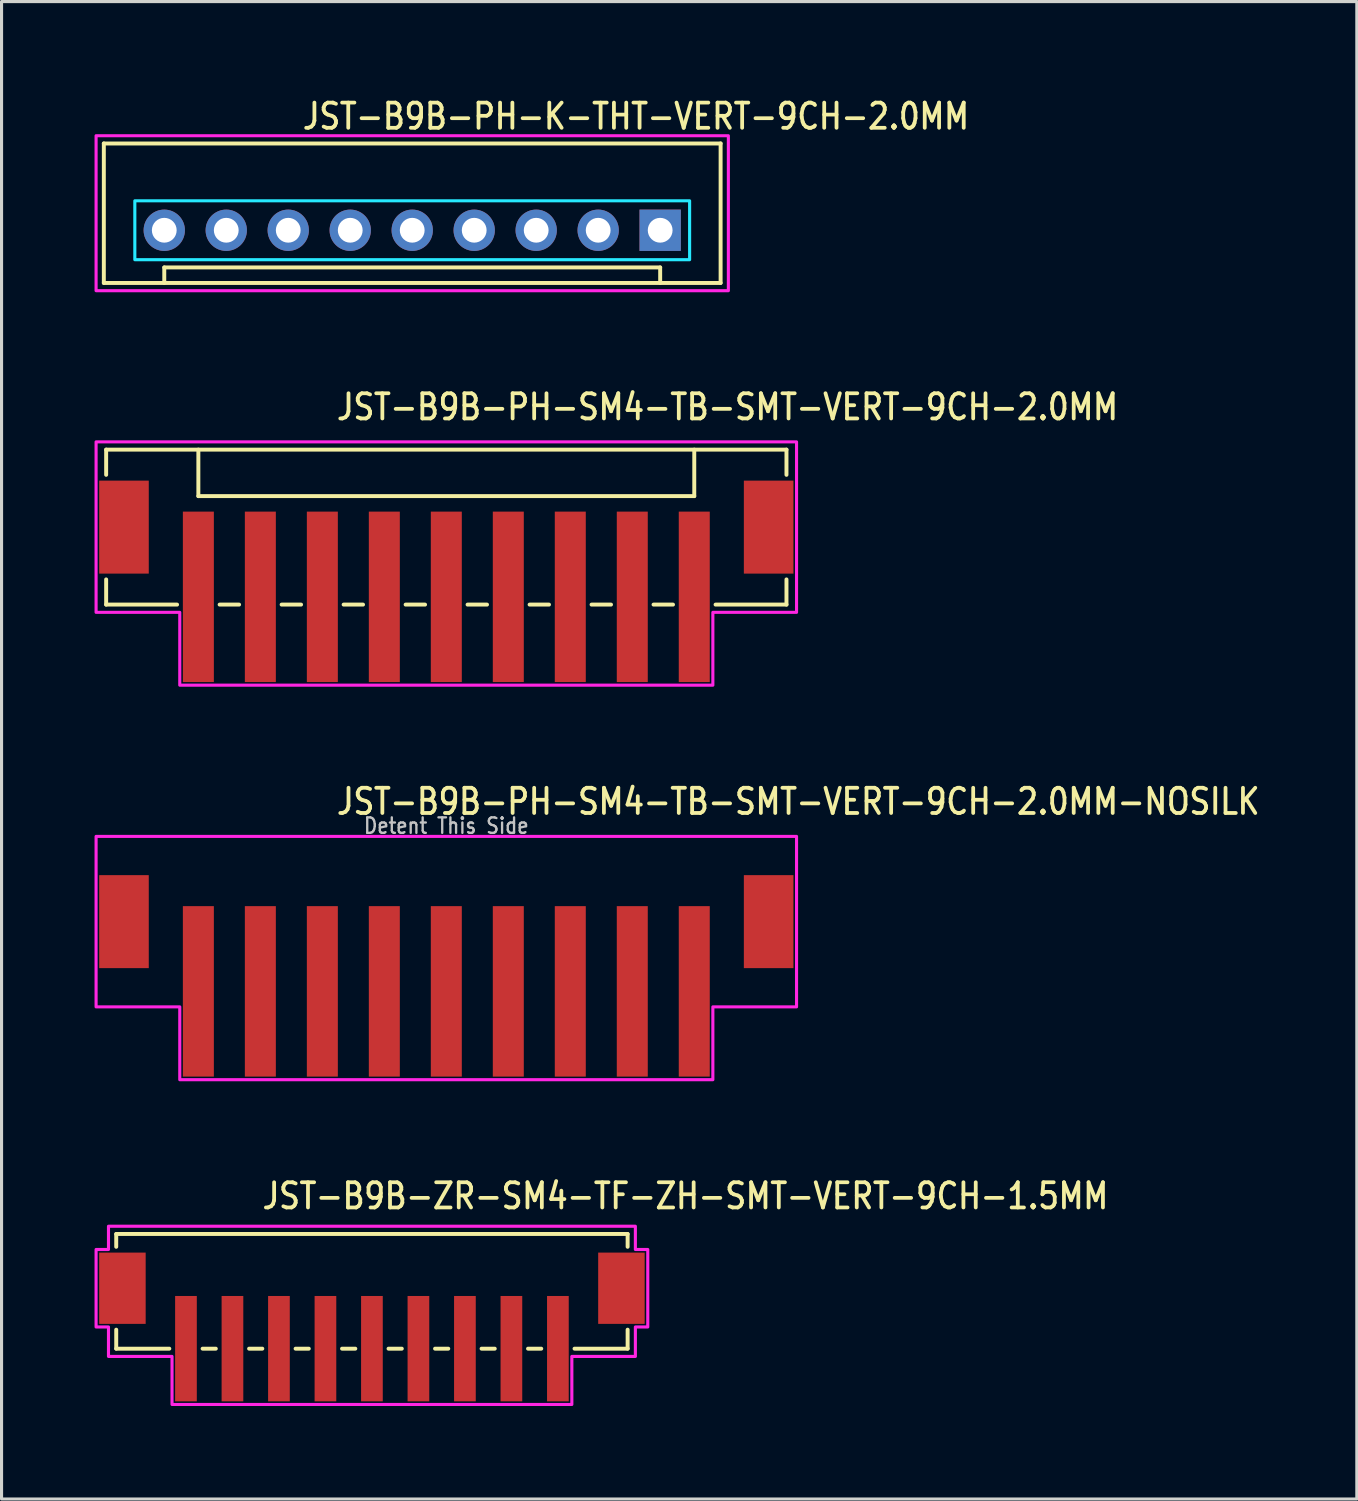
<source format=kicad_pcb>
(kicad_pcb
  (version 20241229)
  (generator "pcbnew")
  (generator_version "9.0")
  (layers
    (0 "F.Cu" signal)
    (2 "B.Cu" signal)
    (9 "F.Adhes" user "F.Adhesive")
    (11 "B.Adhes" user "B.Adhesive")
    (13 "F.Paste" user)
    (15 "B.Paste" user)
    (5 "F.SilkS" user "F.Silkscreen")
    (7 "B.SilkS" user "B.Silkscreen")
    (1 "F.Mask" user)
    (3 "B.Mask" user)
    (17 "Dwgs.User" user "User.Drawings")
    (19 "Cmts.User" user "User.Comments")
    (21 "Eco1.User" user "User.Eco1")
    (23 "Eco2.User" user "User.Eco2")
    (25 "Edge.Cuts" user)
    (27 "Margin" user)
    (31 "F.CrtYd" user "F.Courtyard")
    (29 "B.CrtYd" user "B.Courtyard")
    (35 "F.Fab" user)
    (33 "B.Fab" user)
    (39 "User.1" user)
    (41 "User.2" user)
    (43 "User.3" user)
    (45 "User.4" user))
  (footprint "JST-B9B-PH-K-THT-VERT-9CH-2.0MM"
    (layer "F.Cu")
    (at 10.25 4.379)
    (property "Reference" "JST-B9B-PH-K-THT-VERT-9CH-2.0MM" (at -3.6 -3.2 0) (unlocked yes) (layer "F.SilkS") (effects (font (size 0.813 0.695) (thickness 0.122)) (justify left bottom)))
    (fp_line (start -9.95 -2.8) (end -9.95 1.7) (stroke (width 0.127) (type solid)) (layer "F.SilkS"))
    (fp_line (start -9.95 -2.8) (end 9.95 -2.8) (stroke (width 0.127) (type solid)) (layer "F.SilkS"))
    (fp_line (start -9.95 1.7) (end 9.95 1.7) (stroke (width 0.127) (type solid)) (layer "F.SilkS"))
    (fp_line (start -8 1.7) (end -8 1.2) (stroke (width 0.127) (type solid)) (layer "F.SilkS"))
    (fp_line (start 8 1.2) (end -8 1.2) (stroke (width 0.127) (type solid)) (layer "F.SilkS"))
    (fp_line (start 8 1.7) (end 8 1.2) (stroke (width 0.127) (type solid)) (layer "F.SilkS"))
    (fp_line (start 9.95 1.7) (end 9.95 -2.8) (stroke (width 0.127) (type solid)) (layer "F.SilkS"))
    (fp_poly (pts (xy -8.95 -0.95) (xy -8.95 0.95) (xy 8.95 0.95) (xy 8.95 -0.95)) (stroke (width 0.1) (type solid)) (fill no) (layer "B.CrtYd"))
    (fp_poly (pts (xy -10.2 1.95) (xy -10.2 -3.05) (xy 10.2 -3.05) (xy 10.2 1.95)) (stroke (width 0.1) (type solid)) (fill no) (layer "F.CrtYd"))
    (pad "1" thru_hole rect (at 8 0) (size 1.333 1.333) (drill 0.8) (layers "*.Cu" "*.Mask"))
    (pad "2" thru_hole oval (at 6 0) (size 1.333 1.333) (drill 0.8) (layers "*.Cu" "*.Mask"))
    (pad "3" thru_hole oval (at 4 0) (size 1.333 1.333) (drill 0.8) (layers "*.Cu" "*.Mask"))
    (pad "4" thru_hole oval (at 2 0) (size 1.333 1.333) (drill 0.8) (layers "*.Cu" "*.Mask"))
    (pad "5" thru_hole oval (at 0 0) (size 1.333 1.333) (drill 0.8) (layers "*.Cu" "*.Mask"))
    (pad "6" thru_hole oval (at -2 0) (size 1.333 1.333) (drill 0.8) (layers "*.Cu" "*.Mask"))
    (pad "7" thru_hole oval (at -4 0) (size 1.333 1.333) (drill 0.8) (layers "*.Cu" "*.Mask"))
    (pad "8" thru_hole oval (at -6 0) (size 1.333 1.333) (drill 0.8) (layers "*.Cu" "*.Mask"))
    (pad "9" thru_hole oval (at -8 0) (size 1.333 1.333) (drill 0.8) (layers "*.Cu" "*.Mask")))
  (footprint "JST-B9B-PH-SM4-TB-SMT-VERT-9CH-2.0MM-NOSILK"
    (layer "F.Cu")
    (at 11.35 26.686)
    (property "Reference" "JST-B9B-PH-SM4-TB-SMT-VERT-9CH-2.0MM-NOSILK" (at -3.6 -3.4 0) (unlocked yes) (layer "F.SilkS") (effects (font (size 0.813 0.695) (thickness 0.122)) (justify left bottom)))
    (fp_poly (pts (xy -11.3 -2.75) (xy -11.3 2.75) (xy -8.6 2.75) (xy -8.6 5.1) (xy 8.6 5.1) (xy 8.6 2.75) (xy 11.3 2.75) (xy 11.3 -2.75)) (stroke (width 0.1) (type solid)) (fill no) (layer "F.CrtYd"))
    (fp_text user "Detent This Side" (at 0 -2.8 0) (unlocked yes) (layer "Dwgs.User") (effects (font (size 0.5 0.427) (thickness 0.075)) (justify bottom)))
    (pad "1" smd rect (at -8 2.25) (size 1 5.5) (layers "F.Cu" "F.Mask" "F.Paste"))
    (pad "2" smd rect (at -6 2.25) (size 1 5.5) (layers "F.Cu" "F.Mask" "F.Paste"))
    (pad "3" smd rect (at -4 2.25) (size 1 5.5) (layers "F.Cu" "F.Mask" "F.Paste"))
    (pad "4" smd rect (at -2 2.25) (size 1 5.5) (layers "F.Cu" "F.Mask" "F.Paste"))
    (pad "5" smd rect (at 0 2.25) (size 1 5.5) (layers "F.Cu" "F.Mask" "F.Paste"))
    (pad "6" smd rect (at 2 2.25) (size 1 5.5) (layers "F.Cu" "F.Mask" "F.Paste"))
    (pad "7" smd rect (at 4 2.25) (size 1 5.5) (layers "F.Cu" "F.Mask" "F.Paste"))
    (pad "8" smd rect (at 6 2.25) (size 1 5.5) (layers "F.Cu" "F.Mask" "F.Paste"))
    (pad "9" smd rect (at 8 2.25) (size 1 5.5) (layers "F.Cu" "F.Mask" "F.Paste"))
    (pad "S_1" smd rect (at -10.4 0) (size 1.6 3) (layers "F.Cu" "F.Mask" "F.Paste"))
    (pad "S_2" smd rect (at 10.4 0) (size 1.6 3) (layers "F.Cu" "F.Mask" "F.Paste")))
  (footprint "JST-B9B-PH-SM4-TB-SMT-VERT-9CH-2.0MM"
    (layer "F.Cu")
    (at 11.35 13.957)
    (property "Reference" "JST-B9B-PH-SM4-TB-SMT-VERT-9CH-2.0MM" (at -3.6 -3.4 0) (unlocked yes) (layer "F.SilkS") (effects (font (size 0.813 0.695) (thickness 0.122)) (justify left bottom)))
    (fp_line (start -10.975 -2.5) (end -10.975 -1.687) (stroke (width 0.127) (type solid)) (layer "F.SilkS"))
    (fp_line (start -10.975 -2.5) (end 10.975 -2.5) (stroke (width 0.127) (type solid)) (layer "F.SilkS"))
    (fp_line (start -10.975 2.5) (end -10.975 1.687) (stroke (width 0.127) (type solid)) (layer "F.SilkS"))
    (fp_line (start -10.975 2.5) (end -8.687 2.5) (stroke (width 0.127) (type solid)) (layer "F.SilkS"))
    (fp_line (start -8 -2.5) (end -8 -1) (stroke (width 0.127) (type solid)) (layer "F.SilkS"))
    (fp_line (start -8 -1) (end 8 -1) (stroke (width 0.127) (type solid)) (layer "F.SilkS"))
    (fp_line (start -7.314 2.5) (end -6.686 2.5) (stroke (width 0.127) (type solid)) (layer "F.SilkS"))
    (fp_line (start -5.314 2.5) (end -4.686 2.5) (stroke (width 0.127) (type solid)) (layer "F.SilkS"))
    (fp_line (start -3.313 2.5) (end -2.687 2.5) (stroke (width 0.127) (type solid)) (layer "F.SilkS"))
    (fp_line (start -1.313 2.5) (end -0.686 2.5) (stroke (width 0.127) (type solid)) (layer "F.SilkS"))
    (fp_line (start 0.686 2.5) (end 1.313 2.5) (stroke (width 0.127) (type solid)) (layer "F.SilkS"))
    (fp_line (start 2.687 2.5) (end 3.313 2.5) (stroke (width 0.127) (type solid)) (layer "F.SilkS"))
    (fp_line (start 4.686 2.5) (end 5.314 2.5) (stroke (width 0.127) (type solid)) (layer "F.SilkS"))
    (fp_line (start 6.686 2.5) (end 7.314 2.5) (stroke (width 0.127) (type solid)) (layer "F.SilkS"))
    (fp_line (start 8 -1) (end 8 -2.5) (stroke (width 0.127) (type solid)) (layer "F.SilkS"))
    (fp_line (start 8.687 2.5) (end 10.975 2.5) (stroke (width 0.127) (type solid)) (layer "F.SilkS"))
    (fp_line (start 10.975 -1.687) (end 10.975 -2.5) (stroke (width 0.127) (type solid)) (layer "F.SilkS"))
    (fp_line (start 10.975 1.687) (end 10.975 2.5) (stroke (width 0.127) (type solid)) (layer "F.SilkS"))
    (fp_poly (pts (xy -11.3 -2.75) (xy -11.3 2.75) (xy -8.6 2.75) (xy -8.6 5.1) (xy 8.6 5.1) (xy 8.6 2.75) (xy 11.3 2.75) (xy 11.3 -2.75)) (stroke (width 0.1) (type solid)) (fill no) (layer "F.CrtYd"))
    (pad "1" smd rect (at -8 2.25) (size 1 5.5) (layers "F.Cu" "F.Mask" "F.Paste"))
    (pad "2" smd rect (at -6 2.25) (size 1 5.5) (layers "F.Cu" "F.Mask" "F.Paste"))
    (pad "3" smd rect (at -4 2.25) (size 1 5.5) (layers "F.Cu" "F.Mask" "F.Paste"))
    (pad "4" smd rect (at -2 2.25) (size 1 5.5) (layers "F.Cu" "F.Mask" "F.Paste"))
    (pad "5" smd rect (at 0 2.25) (size 1 5.5) (layers "F.Cu" "F.Mask" "F.Paste"))
    (pad "6" smd rect (at 2 2.25) (size 1 5.5) (layers "F.Cu" "F.Mask" "F.Paste"))
    (pad "7" smd rect (at 4 2.25) (size 1 5.5) (layers "F.Cu" "F.Mask" "F.Paste"))
    (pad "8" smd rect (at 6 2.25) (size 1 5.5) (layers "F.Cu" "F.Mask" "F.Paste"))
    (pad "9" smd rect (at 8 2.25) (size 1 5.5) (layers "F.Cu" "F.Mask" "F.Paste"))
    (pad "S_1" smd rect (at -10.4 0) (size 1.6 3) (layers "F.Cu" "F.Mask" "F.Paste"))
    (pad "S_2" smd rect (at 10.4 0) (size 1.6 3) (layers "F.Cu" "F.Mask" "F.Paste")))
  (footprint "JST-B9B-ZR-SM4-TF-ZH-SMT-VERT-9CH-1.5MM"
    (layer "F.Cu")
    (at 8.95 38.514)
    (property "Reference" "JST-B9B-ZR-SM4-TF-ZH-SMT-VERT-9CH-1.5MM" (at -3.6 -2.5 0) (unlocked yes) (layer "F.SilkS") (effects (font (size 0.813 0.695) (thickness 0.122)) (justify left bottom)))
    (fp_line (start -8.25 -1.75) (end -8.25 -1.337) (stroke (width 0.127) (type solid)) (layer "F.SilkS"))
    (fp_line (start -8.25 -1.75) (end 8.25 -1.75) (stroke (width 0.127) (type solid)) (layer "F.SilkS"))
    (fp_line (start -8.25 1.95) (end -8.25 1.337) (stroke (width 0.127) (type solid)) (layer "F.SilkS"))
    (fp_line (start -8.25 1.95) (end -6.537 1.95) (stroke (width 0.127) (type solid)) (layer "F.SilkS"))
    (fp_line (start -5.463 1.95) (end -5.037 1.95) (stroke (width 0.127) (type solid)) (layer "F.SilkS"))
    (fp_line (start -3.963 1.95) (end -3.537 1.95) (stroke (width 0.127) (type solid)) (layer "F.SilkS"))
    (fp_line (start -2.463 1.95) (end -2.037 1.95) (stroke (width 0.127) (type solid)) (layer "F.SilkS"))
    (fp_line (start -0.964 1.95) (end -0.536 1.95) (stroke (width 0.127) (type solid)) (layer "F.SilkS"))
    (fp_line (start 0.536 1.95) (end 0.964 1.95) (stroke (width 0.127) (type solid)) (layer "F.SilkS"))
    (fp_line (start 2.037 1.95) (end 2.463 1.95) (stroke (width 0.127) (type solid)) (layer "F.SilkS"))
    (fp_line (start 3.537 1.95) (end 3.963 1.95) (stroke (width 0.127) (type solid)) (layer "F.SilkS"))
    (fp_line (start 5.037 1.95) (end 5.463 1.95) (stroke (width 0.127) (type solid)) (layer "F.SilkS"))
    (fp_line (start 6.537 1.95) (end 8.25 1.95) (stroke (width 0.127) (type solid)) (layer "F.SilkS"))
    (fp_line (start 8.25 -1.337) (end 8.25 -1.75) (stroke (width 0.127) (type solid)) (layer "F.SilkS"))
    (fp_line (start 8.25 1.337) (end 8.25 1.95) (stroke (width 0.127) (type solid)) (layer "F.SilkS"))
    (fp_poly (pts (xy -8.5 -2) (xy -8.5 -1.25) (xy -8.9 -1.25) (xy -8.9 1.25) (xy -8.5 1.25) (xy -8.5 2.2) (xy -6.45 2.2) (xy -6.45 3.75) (xy 6.45 3.75) (xy 6.45 2.2) (xy 8.5 2.2) (xy 8.5 1.25) (xy 8.9 1.25) (xy 8.9 -1.25) (xy 8.5 -1.25) (xy 8.5 -2)) (stroke (width 0.1) (type solid)) (fill no) (layer "F.CrtYd"))
    (pad "1" smd rect (at -6 1.95) (size 0.7 3.4) (layers "F.Cu" "F.Mask" "F.Paste"))
    (pad "2" smd rect (at -4.5 1.95) (size 0.7 3.4) (layers "F.Cu" "F.Mask" "F.Paste"))
    (pad "3" smd rect (at -3 1.95) (size 0.7 3.4) (layers "F.Cu" "F.Mask" "F.Paste"))
    (pad "4" smd rect (at -1.5 1.95) (size 0.7 3.4) (layers "F.Cu" "F.Mask" "F.Paste"))
    (pad "5" smd rect (at 0 1.95) (size 0.7 3.4) (layers "F.Cu" "F.Mask" "F.Paste"))
    (pad "6" smd rect (at 1.5 1.95) (size 0.7 3.4) (layers "F.Cu" "F.Mask" "F.Paste"))
    (pad "7" smd rect (at 3 1.95) (size 0.7 3.4) (layers "F.Cu" "F.Mask" "F.Paste"))
    (pad "8" smd rect (at 4.5 1.95) (size 0.7 3.4) (layers "F.Cu" "F.Mask" "F.Paste"))
    (pad "9" smd rect (at 6 1.95) (size 0.7 3.4) (layers "F.Cu" "F.Mask" "F.Paste"))
    (pad "S_10" smd rect (at 8.05 0) (size 1.5 2.3) (layers "F.Cu" "F.Mask" "F.Paste"))
    (pad "S_11" smd rect (at -8.05 0) (size 1.5 2.3) (layers "F.Cu" "F.Mask" "F.Paste")))
  (gr_rect
    (start -3 -3)
    (end 40.727 45.314)
    (stroke (width 0.1) (type default))
    (fill no)
    (layer "Edge.Cuts")))
</source>
